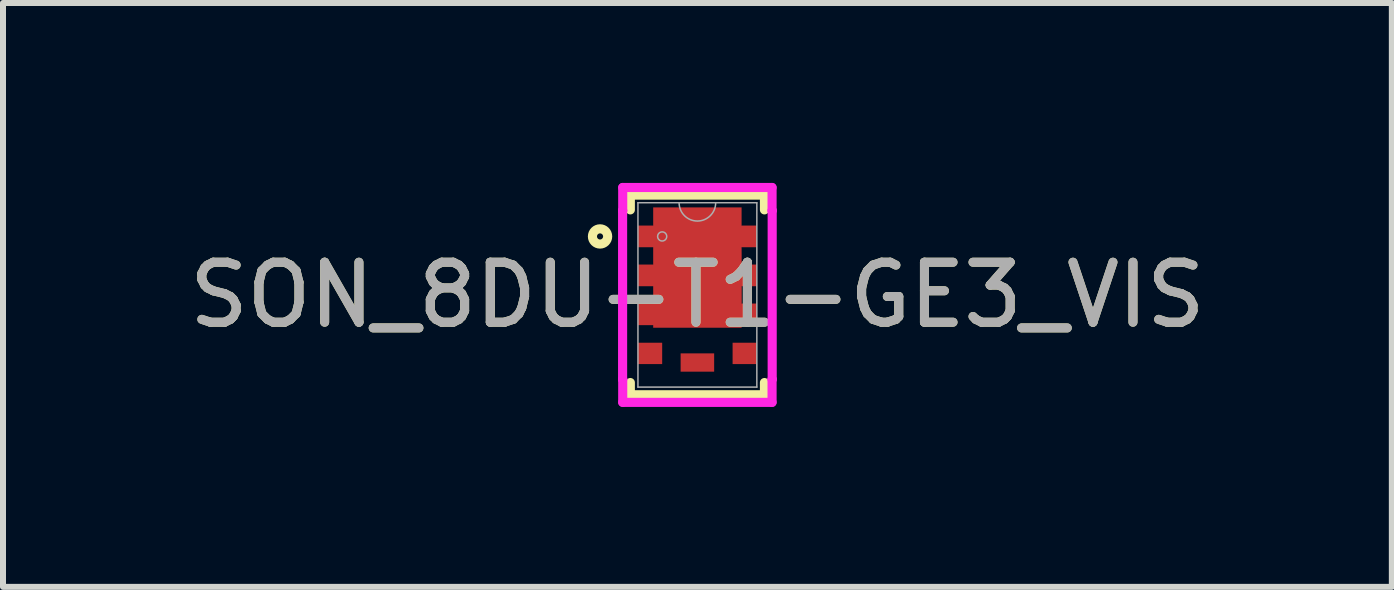
<source format=kicad_pcb>
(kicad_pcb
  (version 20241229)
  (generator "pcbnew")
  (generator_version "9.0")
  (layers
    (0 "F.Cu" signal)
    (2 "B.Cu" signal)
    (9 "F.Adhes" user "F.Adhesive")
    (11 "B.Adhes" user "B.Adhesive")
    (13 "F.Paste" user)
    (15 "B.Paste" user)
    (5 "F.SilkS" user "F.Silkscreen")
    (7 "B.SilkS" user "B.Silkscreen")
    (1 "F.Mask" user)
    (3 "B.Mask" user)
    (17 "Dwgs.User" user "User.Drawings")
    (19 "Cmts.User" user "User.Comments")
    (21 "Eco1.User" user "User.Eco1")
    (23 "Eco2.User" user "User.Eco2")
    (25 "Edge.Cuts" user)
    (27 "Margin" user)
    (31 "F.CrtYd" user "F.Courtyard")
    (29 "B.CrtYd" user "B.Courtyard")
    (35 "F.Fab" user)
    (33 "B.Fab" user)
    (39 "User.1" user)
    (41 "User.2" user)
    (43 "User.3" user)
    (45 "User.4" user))
  (footprint "SON_8DU-T1-GE3_VIS"
    (layer "F.Cu")
    (at 8.577 1.867)
    (property "Reference" "SON_8DU-T1-GE3_VIS" (at 0 0 0) (unlocked yes) (layer "F.SilkS") (effects (font (size 1 1) (thickness 0.15))))
    (attr smd)
    (fp_poly (pts (xy -0.737 -1.459) (xy 0.737 -1.459) (xy 0.737 -1.153) (xy 0.991 -1.153) (xy 0.991 -0.797) (xy 0.737 -0.797) (xy 0.739 -0.503) (xy 0.993 -0.503) (xy 0.993 -0.147) (xy 0.739 -0.147) (xy 0.739 0.147) (xy 0.993 0.147) (xy 0.993 0.503) (xy 0.739 0.503) (xy 0.737 0.547) (xy -0.737 0.547) (xy -0.737 0.503) (xy -0.991 0.503) (xy -0.991 0.147) (xy -0.737 0.147) (xy -0.737 -0.147) (xy -0.991 -0.147) (xy -0.991 -0.503) (xy -0.737 -0.503) (xy -0.737 -0.797) (xy -0.991 -0.797) (xy -0.991 -1.153) (xy -0.737 -1.153)) (stroke (width 0) (type solid)) (fill yes) (layer "F.Cu"))
    (fp_poly (pts (xy -0.737 -1.459) (xy 0.737 -1.459) (xy 0.737 -1.153) (xy 0.991 -1.153) (xy 0.991 -0.797) (xy 0.737 -0.797) (xy 0.739 -0.503) (xy 0.993 -0.503) (xy 0.993 -0.147) (xy 0.739 -0.147) (xy 0.739 0.147) (xy 0.993 0.147) (xy 0.993 0.503) (xy 0.739 0.503) (xy 0.737 0.547) (xy -0.737 0.547) (xy -0.737 0.503) (xy -0.991 0.503) (xy -0.991 0.147) (xy -0.737 0.147) (xy -0.737 -0.147) (xy -0.991 -0.147) (xy -0.991 -0.503) (xy -0.737 -0.503) (xy -0.737 -0.797) (xy -0.991 -0.797) (xy -0.991 -1.153) (xy -0.737 -1.153)) (stroke (width 0) (type solid)) (fill yes) (layer "F.Mask"))
    (fp_line (start -1.118 -1.664) (end -1.118 -1.418) (stroke (width 0.152) (type solid)) (layer "F.SilkS"))
    (fp_line (start -1.118 1.461) (end -1.118 1.664) (stroke (width 0.152) (type solid)) (layer "F.SilkS"))
    (fp_line (start -1.118 1.664) (end 1.118 1.664) (stroke (width 0.152) (type solid)) (layer "F.SilkS"))
    (fp_line (start 1.118 -1.664) (end -1.118 -1.664) (stroke (width 0.152) (type solid)) (layer "F.SilkS"))
    (fp_line (start 1.118 -1.418) (end 1.118 -1.664) (stroke (width 0.152) (type solid)) (layer "F.SilkS"))
    (fp_line (start 1.118 1.664) (end 1.118 1.461) (stroke (width 0.152) (type solid)) (layer "F.SilkS"))
    (fp_circle (center -1.623 -0.975) (end -1.496 -0.975) (stroke (width 0.152) (type solid)) (fill no) (layer "F.SilkS"))
    (fp_poly (pts (xy -0.737 0.547) (xy -0.737 0.503) (xy -0.991 0.503) (xy -0.991 0.147) (xy -0.737 0.147) (xy -0.737 -0.147) (xy -0.991 -0.147) (xy -0.991 -0.503) (xy -0.737 -0.503) (xy -0.737 -0.797) (xy -0.991 -0.797) (xy -0.991 -1.153) (xy -0.737 -1.153) (xy -0.737 -1.459) (xy 0.737 -1.459) (xy 0.737 -1.153) (xy 0.991 -1.153) (xy 0.991 -0.797) (xy 0.737 -0.797) (xy 0.739 -0.503) (xy 0.993 -0.503) (xy 0.993 -0.147) (xy 0.739 -0.147) (xy 0.739 0.147) (xy 0.993 0.147) (xy 0.993 0.503) (xy 0.739 0.503) (xy 0.737 0.547)) (stroke (width 0) (type solid)) (fill yes) (layer "F.Paste"))
    (fp_line (start -1.247 -1.407) (end -1.245 -1.407) (stroke (width 0.152) (type solid)) (layer "F.CrtYd"))
    (fp_line (start -1.247 1.407) (end -1.247 -1.407) (stroke (width 0.152) (type solid)) (layer "F.CrtYd"))
    (fp_line (start -1.247 1.407) (end -1.245 1.407) (stroke (width 0.152) (type solid)) (layer "F.CrtYd"))
    (fp_line (start -1.245 -1.791) (end 1.245 -1.791) (stroke (width 0.152) (type solid)) (layer "F.CrtYd"))
    (fp_line (start -1.245 -1.407) (end -1.245 -1.791) (stroke (width 0.152) (type solid)) (layer "F.CrtYd"))
    (fp_line (start -1.245 1.791) (end -1.245 1.407) (stroke (width 0.152) (type solid)) (layer "F.CrtYd"))
    (fp_line (start 1.245 -1.791) (end 1.245 -1.407) (stroke (width 0.152) (type solid)) (layer "F.CrtYd"))
    (fp_line (start 1.245 1.407) (end 1.245 1.791) (stroke (width 0.152) (type solid)) (layer "F.CrtYd"))
    (fp_line (start 1.245 1.791) (end -1.245 1.791) (stroke (width 0.152) (type solid)) (layer "F.CrtYd"))
    (fp_line (start 1.247 -1.407) (end 1.245 -1.407) (stroke (width 0.152) (type solid)) (layer "F.CrtYd"))
    (fp_line (start 1.247 -1.407) (end 1.247 1.407) (stroke (width 0.152) (type solid)) (layer "F.CrtYd"))
    (fp_line (start 1.247 1.407) (end 1.245 1.407) (stroke (width 0.152) (type solid)) (layer "F.CrtYd"))
    (fp_line (start -0.991 -1.537) (end -0.991 1.537) (stroke (width 0.025) (type solid)) (layer "F.Fab"))
    (fp_line (start -0.991 1.537) (end 0.991 1.537) (stroke (width 0.025) (type solid)) (layer "F.Fab"))
    (fp_line (start 0.991 -1.537) (end -0.991 -1.537) (stroke (width 0.025) (type solid)) (layer "F.Fab"))
    (fp_line (start 0.991 1.537) (end 0.991 -1.537) (stroke (width 0.025) (type solid)) (layer "F.Fab"))
    (fp_arc (start 0.3048 -1.5367) (mid 0 -1.2319) (end -0.3048 -1.5367) (stroke (width 0.0254) (type solid)) (layer "F.Fab"))
    (fp_circle (center -0.587 -0.975) (end -0.511 -0.975) (stroke (width 0.025) (type solid)) (fill no) (layer "F.Fab"))
    (fp_text user "${REFERENCE}" (at 0 0 0) (unlocked yes) (layer "F.Fab") (effects (font (size 1 1) (thickness 0.15))))
    (pad "1" smd rect (at -0.864 -0.975) (size 0.254 0.356) (layers "F.Cu" "F.Mask" "F.Paste"))
    (pad "2" smd rect (at -0.864 -0.325) (size 0.254 0.356) (layers "F.Cu" "F.Mask" "F.Paste"))
    (pad "3" smd rect (at -0.864 0.325) (size 0.254 0.356) (layers "F.Cu" "F.Mask" "F.Paste"))
    (pad "4" smd rect (at -0.79 0.975) (size 0.406 0.356) (layers "F.Cu" "F.Mask" "F.Paste"))
    (pad "5" smd rect (at 0.79 0.975) (size 0.406 0.356) (layers "F.Cu" "F.Mask" "F.Paste"))
    (pad "6" smd rect (at 0.866 0.325) (size 0.254 0.356) (layers "F.Cu" "F.Mask" "F.Paste"))
    (pad "7" smd rect (at 0.866 -0.325) (size 0.254 0.356) (layers "F.Cu" "F.Mask" "F.Paste"))
    (pad "8" smd rect (at 0.864 -0.975) (size 0.254 0.356) (layers "F.Cu" "F.Mask" "F.Paste"))
    (pad "9" smd rect (at 0 1.127) (size 0.559 0.305) (layers "F.Cu" "F.Mask")))
  (gr_rect
    (start -3 -3)
    (end 20.155 6.734)
    (stroke (width 0.1) (type default))
    (fill no)
    (layer "Edge.Cuts")))
</source>
